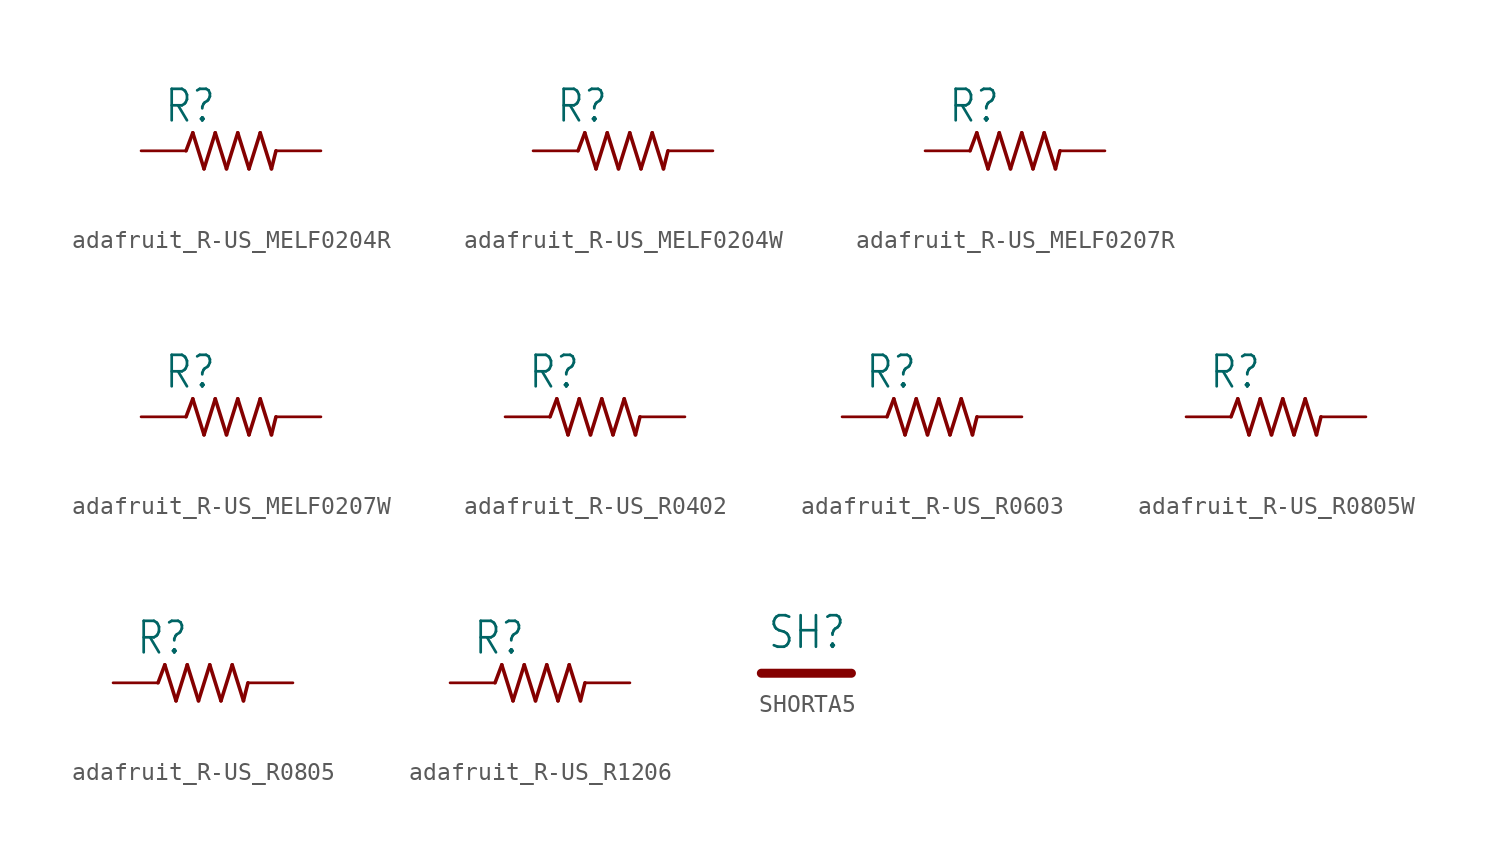
<source format=kicad_sym>
(kicad_symbol_lib
  (version 20220914)
  (generator kicad_symbol_editor)
  (symbol "adafruit_R-US_MELF0204R"
    (property "Reference" "R"
      (at -3.81 1.499 0)
      (effects (font (size 1.778 1.511)) (justify left bottom)))
    (property "Value" ""
      (at -3.81 -3.302 0)
      (effects (font (size 1.778 1.511)) (justify left bottom)))
    (property "ki_locked" ""
      (at 0 0 0)
      (effects (font (size 1.27 1.27))))
    (symbol "adafruit_R-US_MELF0204R_1_0"
      (polyline (pts (xy -2.54 0) (xy -2.159 1.016)) (stroke (width 0.203) (type solid)) (fill (type none)))
      (polyline (pts (xy -2.159 1.016) (xy -1.524 -1.016)) (stroke (width 0.203) (type solid)) (fill (type none)))
      (polyline (pts (xy -1.524 -1.016) (xy -0.889 1.016)) (stroke (width 0.203) (type solid)) (fill (type none)))
      (polyline (pts (xy -0.889 1.016) (xy -0.254 -1.016)) (stroke (width 0.203) (type solid)) (fill (type none)))
      (polyline (pts (xy -0.254 -1.016) (xy 0.381 1.016)) (stroke (width 0.203) (type solid)) (fill (type none)))
      (polyline (pts (xy 0.381 1.016) (xy 1.016 -1.016)) (stroke (width 0.203) (type solid)) (fill (type none)))
      (polyline (pts (xy 1.016 -1.016) (xy 1.651 1.016)) (stroke (width 0.203) (type solid)) (fill (type none)))
      (polyline (pts (xy 1.651 1.016) (xy 2.286 -1.016)) (stroke (width 0.203) (type solid)) (fill (type none)))
      (polyline (pts (xy 2.286 -1.016) (xy 2.54 0)) (stroke (width 0.203) (type solid)) (fill (type none)))
      (pin passive line (at -5.08 0 0) (length 2.54) (name "1" (effects (font (size 0 0)))) (number "1" (effects (font (size 0 0)))))
      (pin passive line (at 5.08 0 180) (length 2.54) (name "2" (effects (font (size 0 0)))) (number "2" (effects (font (size 0 0)))))))
  (symbol "adafruit_R-US_MELF0204W"
    (property "Reference" "R"
      (at -3.81 1.499 0)
      (effects (font (size 1.778 1.511)) (justify left bottom)))
    (property "Value" ""
      (at -3.81 -3.302 0)
      (effects (font (size 1.778 1.511)) (justify left bottom)))
    (property "ki_locked" ""
      (at 0 0 0)
      (effects (font (size 1.27 1.27))))
    (symbol "adafruit_R-US_MELF0204W_1_0"
      (polyline (pts (xy -2.54 0) (xy -2.159 1.016)) (stroke (width 0.203) (type solid)) (fill (type none)))
      (polyline (pts (xy -2.159 1.016) (xy -1.524 -1.016)) (stroke (width 0.203) (type solid)) (fill (type none)))
      (polyline (pts (xy -1.524 -1.016) (xy -0.889 1.016)) (stroke (width 0.203) (type solid)) (fill (type none)))
      (polyline (pts (xy -0.889 1.016) (xy -0.254 -1.016)) (stroke (width 0.203) (type solid)) (fill (type none)))
      (polyline (pts (xy -0.254 -1.016) (xy 0.381 1.016)) (stroke (width 0.203) (type solid)) (fill (type none)))
      (polyline (pts (xy 0.381 1.016) (xy 1.016 -1.016)) (stroke (width 0.203) (type solid)) (fill (type none)))
      (polyline (pts (xy 1.016 -1.016) (xy 1.651 1.016)) (stroke (width 0.203) (type solid)) (fill (type none)))
      (polyline (pts (xy 1.651 1.016) (xy 2.286 -1.016)) (stroke (width 0.203) (type solid)) (fill (type none)))
      (polyline (pts (xy 2.286 -1.016) (xy 2.54 0)) (stroke (width 0.203) (type solid)) (fill (type none)))
      (pin passive line (at -5.08 0 0) (length 2.54) (name "1" (effects (font (size 0 0)))) (number "1" (effects (font (size 0 0)))))
      (pin passive line (at 5.08 0 180) (length 2.54) (name "2" (effects (font (size 0 0)))) (number "2" (effects (font (size 0 0)))))))
  (symbol "adafruit_R-US_MELF0207R"
    (property "Reference" "R"
      (at -3.81 1.499 0)
      (effects (font (size 1.778 1.511)) (justify left bottom)))
    (property "Value" ""
      (at -3.81 -3.302 0)
      (effects (font (size 1.778 1.511)) (justify left bottom)))
    (property "ki_locked" ""
      (at 0 0 0)
      (effects (font (size 1.27 1.27))))
    (symbol "adafruit_R-US_MELF0207R_1_0"
      (polyline (pts (xy -2.54 0) (xy -2.159 1.016)) (stroke (width 0.203) (type solid)) (fill (type none)))
      (polyline (pts (xy -2.159 1.016) (xy -1.524 -1.016)) (stroke (width 0.203) (type solid)) (fill (type none)))
      (polyline (pts (xy -1.524 -1.016) (xy -0.889 1.016)) (stroke (width 0.203) (type solid)) (fill (type none)))
      (polyline (pts (xy -0.889 1.016) (xy -0.254 -1.016)) (stroke (width 0.203) (type solid)) (fill (type none)))
      (polyline (pts (xy -0.254 -1.016) (xy 0.381 1.016)) (stroke (width 0.203) (type solid)) (fill (type none)))
      (polyline (pts (xy 0.381 1.016) (xy 1.016 -1.016)) (stroke (width 0.203) (type solid)) (fill (type none)))
      (polyline (pts (xy 1.016 -1.016) (xy 1.651 1.016)) (stroke (width 0.203) (type solid)) (fill (type none)))
      (polyline (pts (xy 1.651 1.016) (xy 2.286 -1.016)) (stroke (width 0.203) (type solid)) (fill (type none)))
      (polyline (pts (xy 2.286 -1.016) (xy 2.54 0)) (stroke (width 0.203) (type solid)) (fill (type none)))
      (pin passive line (at -5.08 0 0) (length 2.54) (name "1" (effects (font (size 0 0)))) (number "1" (effects (font (size 0 0)))))
      (pin passive line (at 5.08 0 180) (length 2.54) (name "2" (effects (font (size 0 0)))) (number "2" (effects (font (size 0 0)))))))
  (symbol "adafruit_R-US_MELF0207W"
    (property "Reference" "R"
      (at -3.81 1.499 0)
      (effects (font (size 1.778 1.511)) (justify left bottom)))
    (property "Value" ""
      (at -3.81 -3.302 0)
      (effects (font (size 1.778 1.511)) (justify left bottom)))
    (property "ki_locked" ""
      (at 0 0 0)
      (effects (font (size 1.27 1.27))))
    (symbol "adafruit_R-US_MELF0207W_1_0"
      (polyline (pts (xy -2.54 0) (xy -2.159 1.016)) (stroke (width 0.203) (type solid)) (fill (type none)))
      (polyline (pts (xy -2.159 1.016) (xy -1.524 -1.016)) (stroke (width 0.203) (type solid)) (fill (type none)))
      (polyline (pts (xy -1.524 -1.016) (xy -0.889 1.016)) (stroke (width 0.203) (type solid)) (fill (type none)))
      (polyline (pts (xy -0.889 1.016) (xy -0.254 -1.016)) (stroke (width 0.203) (type solid)) (fill (type none)))
      (polyline (pts (xy -0.254 -1.016) (xy 0.381 1.016)) (stroke (width 0.203) (type solid)) (fill (type none)))
      (polyline (pts (xy 0.381 1.016) (xy 1.016 -1.016)) (stroke (width 0.203) (type solid)) (fill (type none)))
      (polyline (pts (xy 1.016 -1.016) (xy 1.651 1.016)) (stroke (width 0.203) (type solid)) (fill (type none)))
      (polyline (pts (xy 1.651 1.016) (xy 2.286 -1.016)) (stroke (width 0.203) (type solid)) (fill (type none)))
      (polyline (pts (xy 2.286 -1.016) (xy 2.54 0)) (stroke (width 0.203) (type solid)) (fill (type none)))
      (pin passive line (at -5.08 0 0) (length 2.54) (name "1" (effects (font (size 0 0)))) (number "1" (effects (font (size 0 0)))))
      (pin passive line (at 5.08 0 180) (length 2.54) (name "2" (effects (font (size 0 0)))) (number "2" (effects (font (size 0 0)))))))
  (symbol "adafruit_R-US_R0402"
    (property "Reference" "R"
      (at -3.81 1.499 0)
      (effects (font (size 1.778 1.511)) (justify left bottom)))
    (property "Value" ""
      (at -3.81 -3.302 0)
      (effects (font (size 1.778 1.511)) (justify left bottom)))
    (property "ki_locked" ""
      (at 0 0 0)
      (effects (font (size 1.27 1.27))))
    (symbol "adafruit_R-US_R0402_1_0"
      (polyline (pts (xy -2.54 0) (xy -2.159 1.016)) (stroke (width 0.203) (type solid)) (fill (type none)))
      (polyline (pts (xy -2.159 1.016) (xy -1.524 -1.016)) (stroke (width 0.203) (type solid)) (fill (type none)))
      (polyline (pts (xy -1.524 -1.016) (xy -0.889 1.016)) (stroke (width 0.203) (type solid)) (fill (type none)))
      (polyline (pts (xy -0.889 1.016) (xy -0.254 -1.016)) (stroke (width 0.203) (type solid)) (fill (type none)))
      (polyline (pts (xy -0.254 -1.016) (xy 0.381 1.016)) (stroke (width 0.203) (type solid)) (fill (type none)))
      (polyline (pts (xy 0.381 1.016) (xy 1.016 -1.016)) (stroke (width 0.203) (type solid)) (fill (type none)))
      (polyline (pts (xy 1.016 -1.016) (xy 1.651 1.016)) (stroke (width 0.203) (type solid)) (fill (type none)))
      (polyline (pts (xy 1.651 1.016) (xy 2.286 -1.016)) (stroke (width 0.203) (type solid)) (fill (type none)))
      (polyline (pts (xy 2.286 -1.016) (xy 2.54 0)) (stroke (width 0.203) (type solid)) (fill (type none)))
      (pin passive line (at -5.08 0 0) (length 2.54) (name "1" (effects (font (size 0 0)))) (number "1" (effects (font (size 0 0)))))
      (pin passive line (at 5.08 0 180) (length 2.54) (name "2" (effects (font (size 0 0)))) (number "2" (effects (font (size 0 0)))))))
  (symbol "adafruit_R-US_R0603"
    (property "Reference" "R"
      (at -3.81 1.499 0)
      (effects (font (size 1.778 1.511)) (justify left bottom)))
    (property "Value" ""
      (at -3.81 -3.302 0)
      (effects (font (size 1.778 1.511)) (justify left bottom)))
    (property "ki_locked" ""
      (at 0 0 0)
      (effects (font (size 1.27 1.27))))
    (symbol "adafruit_R-US_R0603_1_0"
      (polyline (pts (xy -2.54 0) (xy -2.159 1.016)) (stroke (width 0.203) (type solid)) (fill (type none)))
      (polyline (pts (xy -2.159 1.016) (xy -1.524 -1.016)) (stroke (width 0.203) (type solid)) (fill (type none)))
      (polyline (pts (xy -1.524 -1.016) (xy -0.889 1.016)) (stroke (width 0.203) (type solid)) (fill (type none)))
      (polyline (pts (xy -0.889 1.016) (xy -0.254 -1.016)) (stroke (width 0.203) (type solid)) (fill (type none)))
      (polyline (pts (xy -0.254 -1.016) (xy 0.381 1.016)) (stroke (width 0.203) (type solid)) (fill (type none)))
      (polyline (pts (xy 0.381 1.016) (xy 1.016 -1.016)) (stroke (width 0.203) (type solid)) (fill (type none)))
      (polyline (pts (xy 1.016 -1.016) (xy 1.651 1.016)) (stroke (width 0.203) (type solid)) (fill (type none)))
      (polyline (pts (xy 1.651 1.016) (xy 2.286 -1.016)) (stroke (width 0.203) (type solid)) (fill (type none)))
      (polyline (pts (xy 2.286 -1.016) (xy 2.54 0)) (stroke (width 0.203) (type solid)) (fill (type none)))
      (pin passive line (at -5.08 0 0) (length 2.54) (name "1" (effects (font (size 0 0)))) (number "1" (effects (font (size 0 0)))))
      (pin passive line (at 5.08 0 180) (length 2.54) (name "2" (effects (font (size 0 0)))) (number "2" (effects (font (size 0 0)))))))
  (symbol "adafruit_R-US_R0805W"
    (property "Reference" "R"
      (at -3.81 1.499 0)
      (effects (font (size 1.778 1.511)) (justify left bottom)))
    (property "Value" ""
      (at -3.81 -3.302 0)
      (effects (font (size 1.778 1.511)) (justify left bottom)))
    (property "ki_locked" ""
      (at 0 0 0)
      (effects (font (size 1.27 1.27))))
    (symbol "adafruit_R-US_R0805W_1_0"
      (polyline (pts (xy -2.54 0) (xy -2.159 1.016)) (stroke (width 0.203) (type solid)) (fill (type none)))
      (polyline (pts (xy -2.159 1.016) (xy -1.524 -1.016)) (stroke (width 0.203) (type solid)) (fill (type none)))
      (polyline (pts (xy -1.524 -1.016) (xy -0.889 1.016)) (stroke (width 0.203) (type solid)) (fill (type none)))
      (polyline (pts (xy -0.889 1.016) (xy -0.254 -1.016)) (stroke (width 0.203) (type solid)) (fill (type none)))
      (polyline (pts (xy -0.254 -1.016) (xy 0.381 1.016)) (stroke (width 0.203) (type solid)) (fill (type none)))
      (polyline (pts (xy 0.381 1.016) (xy 1.016 -1.016)) (stroke (width 0.203) (type solid)) (fill (type none)))
      (polyline (pts (xy 1.016 -1.016) (xy 1.651 1.016)) (stroke (width 0.203) (type solid)) (fill (type none)))
      (polyline (pts (xy 1.651 1.016) (xy 2.286 -1.016)) (stroke (width 0.203) (type solid)) (fill (type none)))
      (polyline (pts (xy 2.286 -1.016) (xy 2.54 0)) (stroke (width 0.203) (type solid)) (fill (type none)))
      (pin passive line (at -5.08 0 0) (length 2.54) (name "1" (effects (font (size 0 0)))) (number "1" (effects (font (size 0 0)))))
      (pin passive line (at 5.08 0 180) (length 2.54) (name "2" (effects (font (size 0 0)))) (number "2" (effects (font (size 0 0)))))))
  (symbol "adafruit_R-US_R0805"
    (property "Reference" "R"
      (at -3.81 1.499 0)
      (effects (font (size 1.778 1.511)) (justify left bottom)))
    (property "Value" ""
      (at -3.81 -3.302 0)
      (effects (font (size 1.778 1.511)) (justify left bottom)))
    (property "ki_locked" ""
      (at 0 0 0)
      (effects (font (size 1.27 1.27))))
    (symbol "adafruit_R-US_R0805_1_0"
      (polyline (pts (xy -2.54 0) (xy -2.159 1.016)) (stroke (width 0.203) (type solid)) (fill (type none)))
      (polyline (pts (xy -2.159 1.016) (xy -1.524 -1.016)) (stroke (width 0.203) (type solid)) (fill (type none)))
      (polyline (pts (xy -1.524 -1.016) (xy -0.889 1.016)) (stroke (width 0.203) (type solid)) (fill (type none)))
      (polyline (pts (xy -0.889 1.016) (xy -0.254 -1.016)) (stroke (width 0.203) (type solid)) (fill (type none)))
      (polyline (pts (xy -0.254 -1.016) (xy 0.381 1.016)) (stroke (width 0.203) (type solid)) (fill (type none)))
      (polyline (pts (xy 0.381 1.016) (xy 1.016 -1.016)) (stroke (width 0.203) (type solid)) (fill (type none)))
      (polyline (pts (xy 1.016 -1.016) (xy 1.651 1.016)) (stroke (width 0.203) (type solid)) (fill (type none)))
      (polyline (pts (xy 1.651 1.016) (xy 2.286 -1.016)) (stroke (width 0.203) (type solid)) (fill (type none)))
      (polyline (pts (xy 2.286 -1.016) (xy 2.54 0)) (stroke (width 0.203) (type solid)) (fill (type none)))
      (pin passive line (at -5.08 0 0) (length 2.54) (name "1" (effects (font (size 0 0)))) (number "1" (effects (font (size 0 0)))))
      (pin passive line (at 5.08 0 180) (length 2.54) (name "2" (effects (font (size 0 0)))) (number "2" (effects (font (size 0 0)))))))
  (symbol "adafruit_R-US_R1206"
    (property "Reference" "R"
      (at -3.81 1.499 0)
      (effects (font (size 1.778 1.511)) (justify left bottom)))
    (property "Value" ""
      (at -3.81 -3.302 0)
      (effects (font (size 1.778 1.511)) (justify left bottom)))
    (property "ki_locked" ""
      (at 0 0 0)
      (effects (font (size 1.27 1.27))))
    (symbol "adafruit_R-US_R1206_1_0"
      (polyline (pts (xy -2.54 0) (xy -2.159 1.016)) (stroke (width 0.203) (type solid)) (fill (type none)))
      (polyline (pts (xy -2.159 1.016) (xy -1.524 -1.016)) (stroke (width 0.203) (type solid)) (fill (type none)))
      (polyline (pts (xy -1.524 -1.016) (xy -0.889 1.016)) (stroke (width 0.203) (type solid)) (fill (type none)))
      (polyline (pts (xy -0.889 1.016) (xy -0.254 -1.016)) (stroke (width 0.203) (type solid)) (fill (type none)))
      (polyline (pts (xy -0.254 -1.016) (xy 0.381 1.016)) (stroke (width 0.203) (type solid)) (fill (type none)))
      (polyline (pts (xy 0.381 1.016) (xy 1.016 -1.016)) (stroke (width 0.203) (type solid)) (fill (type none)))
      (polyline (pts (xy 1.016 -1.016) (xy 1.651 1.016)) (stroke (width 0.203) (type solid)) (fill (type none)))
      (polyline (pts (xy 1.651 1.016) (xy 2.286 -1.016)) (stroke (width 0.203) (type solid)) (fill (type none)))
      (polyline (pts (xy 2.286 -1.016) (xy 2.54 0)) (stroke (width 0.203) (type solid)) (fill (type none)))
      (pin passive line (at -5.08 0 0) (length 2.54) (name "1" (effects (font (size 0 0)))) (number "1" (effects (font (size 0 0)))))
      (pin passive line (at 5.08 0 180) (length 2.54) (name "2" (effects (font (size 0 0)))) (number "2" (effects (font (size 0 0)))))))
  (symbol "SHORTA5"
    (property "Reference" "SH"
      (at -2.223 1.27 0)
      (effects (font (size 1.778 1.511)) (justify left bottom)))
    (property "ki_locked" ""
      (at 0 0 0)
      (effects (font (size 1.27 1.27))))
    (symbol "SHORTA5_1_0"
      (polyline (pts (xy -2.54 0) (xy 2.54 0)) (stroke (width 0.508) (type solid)) (fill (type none)))
      (pin bidirectional line (at -2.54 0 0) (length 0) (name "P$1" (effects (font (size 0 0)))) (number "1" (effects (font (size 0 0)))))
      (pin bidirectional line (at 2.54 0 0) (length 0) (name "P$2" (effects (font (size 0 0)))) (number "2" (effects (font (size 0 0))))))))
</source>
